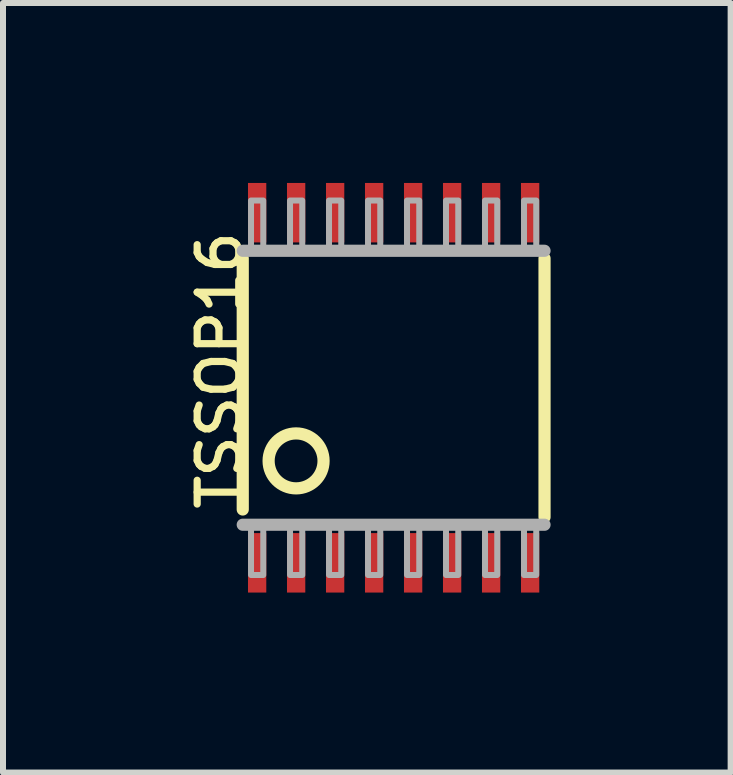
<source format=kicad_pcb>
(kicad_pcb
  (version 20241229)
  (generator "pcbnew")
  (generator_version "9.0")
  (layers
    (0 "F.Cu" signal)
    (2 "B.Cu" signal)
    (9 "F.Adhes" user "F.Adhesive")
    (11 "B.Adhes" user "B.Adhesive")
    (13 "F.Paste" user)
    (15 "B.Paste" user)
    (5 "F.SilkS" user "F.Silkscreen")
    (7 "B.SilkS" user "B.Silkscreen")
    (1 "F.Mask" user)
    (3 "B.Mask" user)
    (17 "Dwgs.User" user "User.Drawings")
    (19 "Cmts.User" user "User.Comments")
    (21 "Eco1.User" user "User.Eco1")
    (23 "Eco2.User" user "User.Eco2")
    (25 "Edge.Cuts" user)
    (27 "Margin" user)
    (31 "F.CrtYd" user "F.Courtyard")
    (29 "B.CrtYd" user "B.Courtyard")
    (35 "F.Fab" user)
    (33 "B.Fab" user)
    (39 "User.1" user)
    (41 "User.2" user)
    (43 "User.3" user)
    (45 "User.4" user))
  (footprint "TSSOP16"
    (layer "F.Cu")
    (at 3.511 3.413)
    (property "Reference" "TSSOP16" (at -2.896 2.083 90) (layer "F.SilkS") (effects (font (size 0.693 0.693) (thickness 0.12)) (justify left)))
    (fp_line (start -2.515 2.029) (end -2.515 -2.156) (stroke (width 0.203) (type solid)) (layer "F.SilkS"))
    (fp_line (start 2.515 -2.156) (end 2.515 2.156) (stroke (width 0.203) (type solid)) (layer "F.SilkS"))
    (fp_circle (center -1.626 1.219) (end -1.168 1.219) (stroke (width 0.203) (type solid)) (fill no) (layer "F.SilkS"))
    (fp_line (start -2.515 2.283) (end 2.515 2.283) (stroke (width 0.203) (type solid)) (layer "F.Fab"))
    (fp_line (start 2.515 -2.283) (end -2.515 -2.283) (stroke (width 0.203) (type solid)) (layer "F.Fab"))
    (fp_poly (pts (xy -2.377 -2.283) (xy -2.173 -2.283) (xy -2.173 -3.121) (xy -2.377 -3.121)) (stroke (width 0.1) (type default)) (fill no) (layer "F.Fab"))
    (fp_poly (pts (xy -2.377 3.121) (xy -2.173 3.121) (xy -2.173 2.283) (xy -2.377 2.283)) (stroke (width 0.1) (type default)) (fill no) (layer "F.Fab"))
    (fp_poly (pts (xy -1.727 -2.283) (xy -1.523 -2.283) (xy -1.523 -3.121) (xy -1.727 -3.121)) (stroke (width 0.1) (type default)) (fill no) (layer "F.Fab"))
    (fp_poly (pts (xy -1.727 3.121) (xy -1.523 3.121) (xy -1.523 2.283) (xy -1.727 2.283)) (stroke (width 0.1) (type default)) (fill no) (layer "F.Fab"))
    (fp_poly (pts (xy -1.077 -2.283) (xy -0.873 -2.283) (xy -0.873 -3.121) (xy -1.077 -3.121)) (stroke (width 0.1) (type default)) (fill no) (layer "F.Fab"))
    (fp_poly (pts (xy -1.077 3.121) (xy -0.873 3.121) (xy -0.873 2.283) (xy -1.077 2.283)) (stroke (width 0.1) (type default)) (fill no) (layer "F.Fab"))
    (fp_poly (pts (xy -0.427 -2.283) (xy -0.223 -2.283) (xy -0.223 -3.121) (xy -0.427 -3.121)) (stroke (width 0.1) (type default)) (fill no) (layer "F.Fab"))
    (fp_poly (pts (xy -0.427 3.121) (xy -0.223 3.121) (xy -0.223 2.283) (xy -0.427 2.283)) (stroke (width 0.1) (type default)) (fill no) (layer "F.Fab"))
    (fp_poly (pts (xy 0.223 -2.283) (xy 0.427 -2.283) (xy 0.427 -3.121) (xy 0.223 -3.121)) (stroke (width 0.1) (type default)) (fill no) (layer "F.Fab"))
    (fp_poly (pts (xy 0.223 3.121) (xy 0.427 3.121) (xy 0.427 2.283) (xy 0.223 2.283)) (stroke (width 0.1) (type default)) (fill no) (layer "F.Fab"))
    (fp_poly (pts (xy 0.873 -2.283) (xy 1.077 -2.283) (xy 1.077 -3.121) (xy 0.873 -3.121)) (stroke (width 0.1) (type default)) (fill no) (layer "F.Fab"))
    (fp_poly (pts (xy 0.873 3.121) (xy 1.077 3.121) (xy 1.077 2.283) (xy 0.873 2.283)) (stroke (width 0.1) (type default)) (fill no) (layer "F.Fab"))
    (fp_poly (pts (xy 1.523 -2.283) (xy 1.727 -2.283) (xy 1.727 -3.121) (xy 1.523 -3.121)) (stroke (width 0.1) (type default)) (fill no) (layer "F.Fab"))
    (fp_poly (pts (xy 1.523 3.121) (xy 1.727 3.121) (xy 1.727 2.283) (xy 1.523 2.283)) (stroke (width 0.1) (type default)) (fill no) (layer "F.Fab"))
    (fp_poly (pts (xy 2.173 -2.283) (xy 2.377 -2.283) (xy 2.377 -3.121) (xy 2.173 -3.121)) (stroke (width 0.1) (type default)) (fill no) (layer "F.Fab"))
    (fp_poly (pts (xy 2.173 3.121) (xy 2.377 3.121) (xy 2.377 2.283) (xy 2.173 2.283)) (stroke (width 0.1) (type default)) (fill no) (layer "F.Fab"))
    (pad "1" smd rect (at -2.275 2.918) (size 0.305 0.991) (layers "F.Cu" "F.Mask" "F.Paste"))
    (pad "2" smd rect (at -1.625 2.918) (size 0.305 0.991) (layers "F.Cu" "F.Mask" "F.Paste"))
    (pad "3" smd rect (at -0.975 2.918) (size 0.305 0.991) (layers "F.Cu" "F.Mask" "F.Paste"))
    (pad "4" smd rect (at -0.325 2.918) (size 0.305 0.991) (layers "F.Cu" "F.Mask" "F.Paste"))
    (pad "5" smd rect (at 0.325 2.918) (size 0.305 0.991) (layers "F.Cu" "F.Mask" "F.Paste"))
    (pad "6" smd rect (at 0.975 2.918) (size 0.305 0.991) (layers "F.Cu" "F.Mask" "F.Paste"))
    (pad "7" smd rect (at 1.625 2.918) (size 0.305 0.991) (layers "F.Cu" "F.Mask" "F.Paste"))
    (pad "8" smd rect (at 2.275 2.918) (size 0.305 0.991) (layers "F.Cu" "F.Mask" "F.Paste"))
    (pad "9" smd rect (at 2.275 -2.918) (size 0.305 0.991) (layers "F.Cu" "F.Mask" "F.Paste"))
    (pad "10" smd rect (at 1.625 -2.918) (size 0.305 0.991) (layers "F.Cu" "F.Mask" "F.Paste"))
    (pad "11" smd rect (at 0.975 -2.918) (size 0.305 0.991) (layers "F.Cu" "F.Mask" "F.Paste"))
    (pad "12" smd rect (at 0.325 -2.918) (size 0.305 0.991) (layers "F.Cu" "F.Mask" "F.Paste"))
    (pad "13" smd rect (at -0.325 -2.918) (size 0.305 0.991) (layers "F.Cu" "F.Mask" "F.Paste"))
    (pad "14" smd rect (at -0.975 -2.918) (size 0.305 0.991) (layers "F.Cu" "F.Mask" "F.Paste"))
    (pad "15" smd rect (at -1.625 -2.918) (size 0.305 0.991) (layers "F.Cu" "F.Mask" "F.Paste"))
    (pad "16" smd rect (at -2.275 -2.918) (size 0.305 0.991) (layers "F.Cu" "F.Mask" "F.Paste")))
  (gr_rect
    (start -3 -3)
    (end 9.128 9.826)
    (stroke (width 0.1) (type default))
    (fill no)
    (layer "Edge.Cuts")))
</source>
